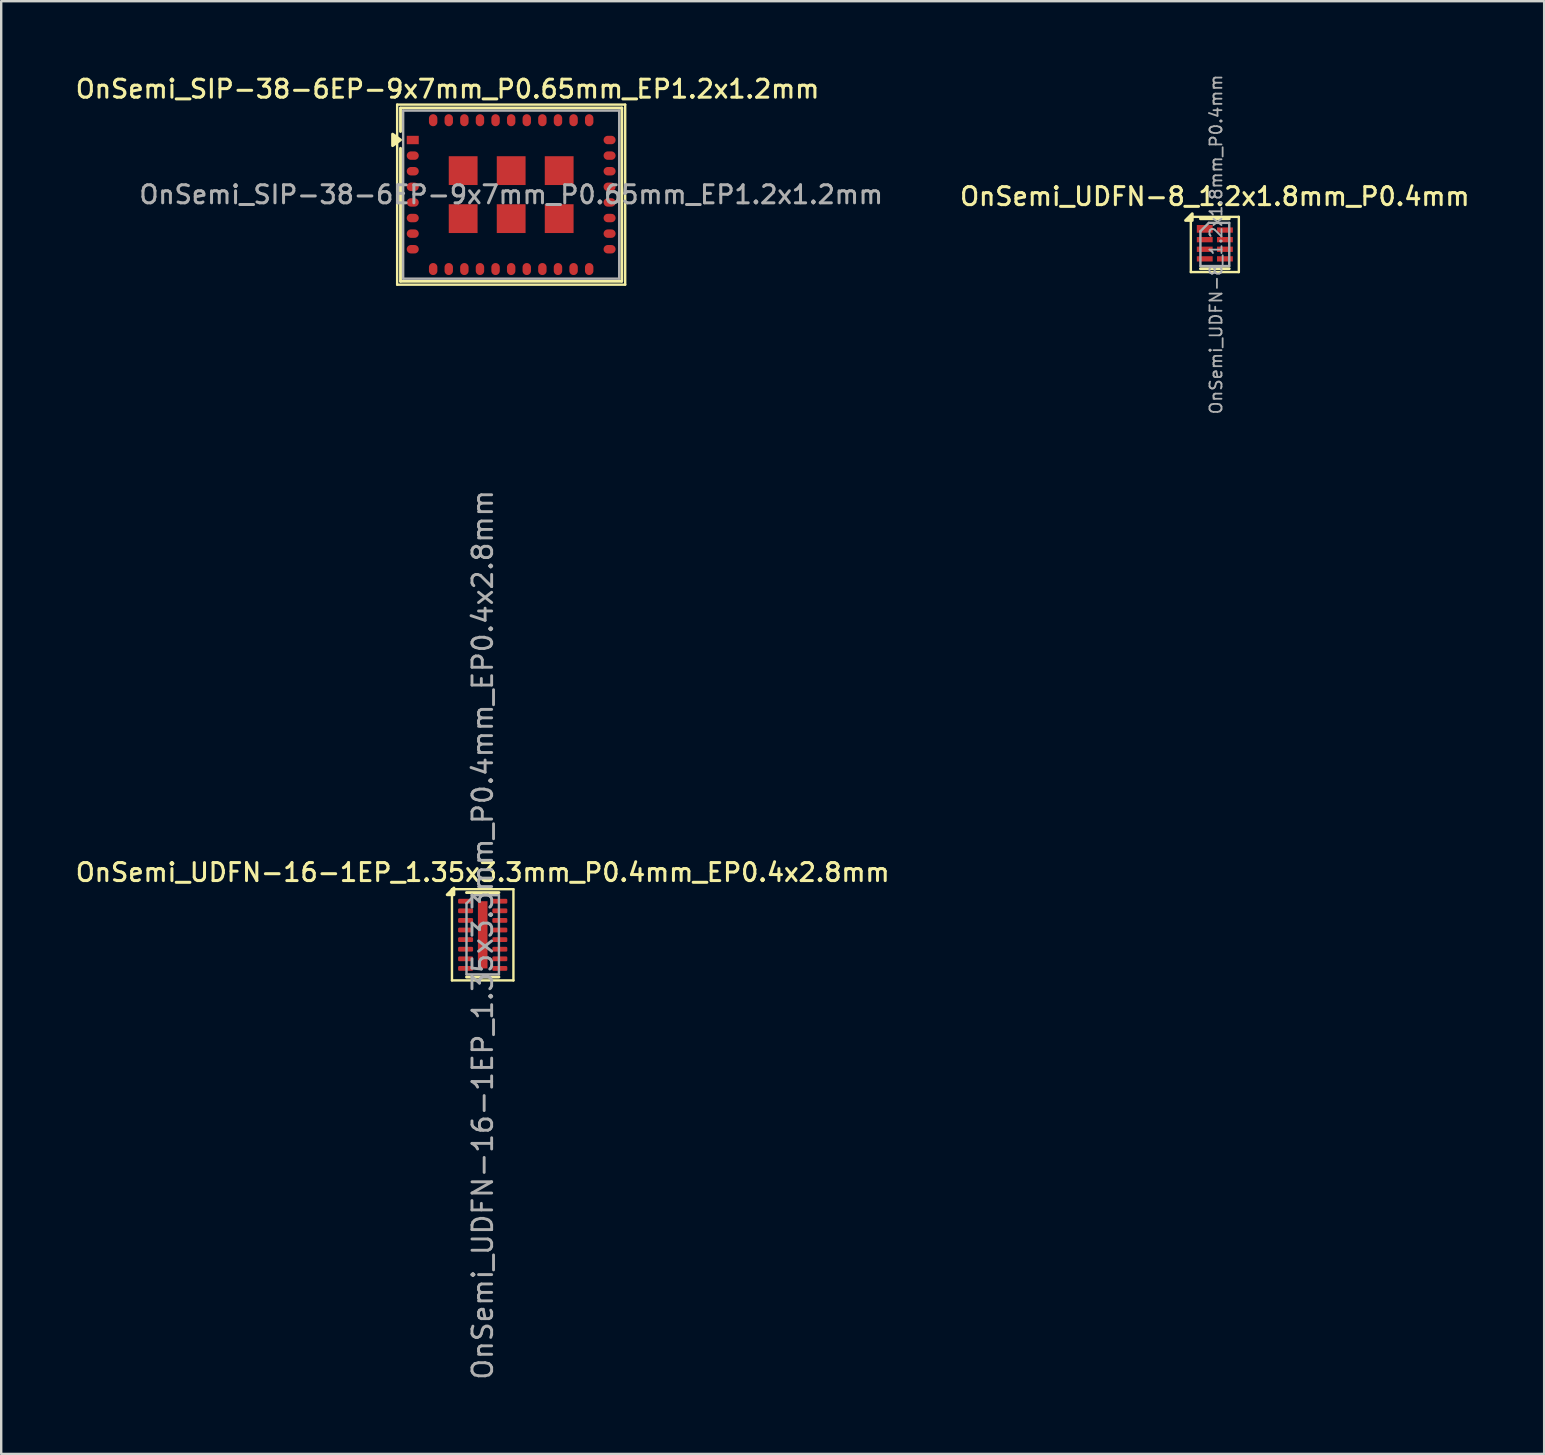
<source format=kicad_pcb>
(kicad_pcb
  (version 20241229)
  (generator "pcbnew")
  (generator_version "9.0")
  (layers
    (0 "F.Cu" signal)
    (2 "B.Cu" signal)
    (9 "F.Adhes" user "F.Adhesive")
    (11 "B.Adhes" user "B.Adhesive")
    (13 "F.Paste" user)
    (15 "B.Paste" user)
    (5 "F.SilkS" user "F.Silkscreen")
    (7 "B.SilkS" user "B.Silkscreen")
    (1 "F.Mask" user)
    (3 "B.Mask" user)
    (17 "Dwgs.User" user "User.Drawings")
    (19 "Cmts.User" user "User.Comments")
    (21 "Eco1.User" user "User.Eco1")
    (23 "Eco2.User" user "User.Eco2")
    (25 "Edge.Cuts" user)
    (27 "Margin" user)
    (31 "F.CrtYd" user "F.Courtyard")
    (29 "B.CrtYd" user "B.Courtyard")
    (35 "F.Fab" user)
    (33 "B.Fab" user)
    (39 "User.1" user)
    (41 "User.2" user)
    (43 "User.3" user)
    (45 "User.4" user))
  (footprint "OnSemi_UDFN-16-1EP_1.35x3.3mm_P0.4mm_EP0.4x2.8mm"
    (layer "F.Cu")
    (at 17.059 35.894)
    (property "Reference" "OnSemi_UDFN-16-1EP_1.35x3.3mm_P0.4mm_EP0.4x2.8mm" (at 0 -2.6 0) (layer "F.SilkS") (effects (font (size 0.75 0.75) (thickness 0.125))))
    (attr smd)
    (fp_line (start -1.28 -1.9) (end -1.28 1.9) (stroke (width 0.1) (type solid)) (layer "F.SilkS"))
    (fp_line (start -1.28 1.9) (end 1.28 1.9) (stroke (width 0.1) (type solid)) (layer "F.SilkS"))
    (fp_line (start -0.675 -1.76) (end 0.675 -1.76) (stroke (width 0.12) (type solid)) (layer "F.SilkS"))
    (fp_line (start -0.675 1.76) (end 0.675 1.76) (stroke (width 0.12) (type solid)) (layer "F.SilkS"))
    (fp_line (start 1.28 -1.9) (end -1.28 -1.9) (stroke (width 0.1) (type solid)) (layer "F.SilkS"))
    (fp_line (start 1.28 1.9) (end 1.28 -1.9) (stroke (width 0.1) (type solid)) (layer "F.SilkS"))
    (fp_poly (pts (xy -1.2 -1.67) (xy -1.48 -1.67) (xy -1.2 -1.95) (xy -1.2 -1.67)) (stroke (width 0.12) (type solid)) (fill yes) (layer "F.SilkS"))
    (fp_line (start -0.675 -1.312) (end -0.338 -1.65) (stroke (width 0.1) (type solid)) (layer "F.Fab"))
    (fp_line (start -0.675 1.65) (end -0.675 -1.312) (stroke (width 0.1) (type solid)) (layer "F.Fab"))
    (fp_line (start -0.338 -1.65) (end 0.675 -1.65) (stroke (width 0.1) (type solid)) (layer "F.Fab"))
    (fp_line (start 0.675 -1.65) (end 0.675 1.65) (stroke (width 0.1) (type solid)) (layer "F.Fab"))
    (fp_line (start 0.675 1.65) (end -0.675 1.65) (stroke (width 0.1) (type solid)) (layer "F.Fab"))
    (fp_text user "${REFERENCE}" (at 0 0 90) (layer "F.Fab") (effects (font (size 0.82 0.82) (thickness 0.12))))
    (pad "" smd roundrect (at 0 -0.93) (size 0.32 0.75) (layers "F.Paste") (roundrect_rratio 0.25))
    (pad "" smd roundrect (at 0 0) (size 0.32 0.75) (layers "F.Paste") (roundrect_rratio 0.25))
    (pad "" smd roundrect (at 0 0.93) (size 0.32 0.75) (layers "F.Paste") (roundrect_rratio 0.25))
    (pad "1" smd roundrect (at -0.713 -1.4) (size 0.625 0.2) (layers "F.Cu" "F.Mask" "F.Paste") (roundrect_rratio 0.25))
    (pad "2" smd roundrect (at -0.713 -1) (size 0.625 0.2) (layers "F.Cu" "F.Mask" "F.Paste") (roundrect_rratio 0.25))
    (pad "3" smd roundrect (at -0.713 -0.6) (size 0.625 0.2) (layers "F.Cu" "F.Mask" "F.Paste") (roundrect_rratio 0.25))
    (pad "4" smd roundrect (at -0.713 -0.2) (size 0.625 0.2) (layers "F.Cu" "F.Mask" "F.Paste") (roundrect_rratio 0.25))
    (pad "5" smd roundrect (at -0.713 0.2) (size 0.625 0.2) (layers "F.Cu" "F.Mask" "F.Paste") (roundrect_rratio 0.25))
    (pad "6" smd roundrect (at -0.713 0.6) (size 0.625 0.2) (layers "F.Cu" "F.Mask" "F.Paste") (roundrect_rratio 0.25))
    (pad "7" smd roundrect (at -0.713 1) (size 0.625 0.2) (layers "F.Cu" "F.Mask" "F.Paste") (roundrect_rratio 0.25))
    (pad "8" smd roundrect (at -0.713 1.4) (size 0.625 0.2) (layers "F.Cu" "F.Mask" "F.Paste") (roundrect_rratio 0.25))
    (pad "9" smd roundrect (at 0.713 1.4) (size 0.625 0.2) (layers "F.Cu" "F.Mask" "F.Paste") (roundrect_rratio 0.25))
    (pad "10" smd roundrect (at 0.713 1) (size 0.625 0.2) (layers "F.Cu" "F.Mask" "F.Paste") (roundrect_rratio 0.25))
    (pad "11" smd roundrect (at 0.713 0.6) (size 0.625 0.2) (layers "F.Cu" "F.Mask" "F.Paste") (roundrect_rratio 0.25))
    (pad "12" smd roundrect (at 0.713 0.2) (size 0.625 0.2) (layers "F.Cu" "F.Mask" "F.Paste") (roundrect_rratio 0.25))
    (pad "13" smd roundrect (at 0.713 -0.2) (size 0.625 0.2) (layers "F.Cu" "F.Mask" "F.Paste") (roundrect_rratio 0.25))
    (pad "14" smd roundrect (at 0.713 -0.6) (size 0.625 0.2) (layers "F.Cu" "F.Mask" "F.Paste") (roundrect_rratio 0.25))
    (pad "15" smd roundrect (at 0.713 -1) (size 0.625 0.2) (layers "F.Cu" "F.Mask" "F.Paste") (roundrect_rratio 0.25))
    (pad "16" smd roundrect (at 0.713 -1.4) (size 0.625 0.2) (layers "F.Cu" "F.Mask" "F.Paste") (roundrect_rratio 0.25))
    (pad "17" smd rect (at 0 0) (size 0.4 2.8) (property pad_prop_heatsink) (layers "F.Cu" "F.Mask")))
  (footprint "OnSemi_SIP-38-6EP-9x7mm_P0.65mm_EP1.2x1.2mm"
    (layer "F.Cu")
    (at 18.245 5.058)
    (property "Reference" "OnSemi_SIP-38-6EP-9x7mm_P0.65mm_EP1.2x1.2mm" (at -2.65 -4.4 180) (layer "F.SilkS") (effects (font (size 0.75 0.75) (thickness 0.125))))
    (attr smd)
    (fp_line (start -4.75 -3.75) (end 4.75 -3.75) (stroke (width 0.1) (type solid)) (layer "F.SilkS"))
    (fp_line (start -4.75 3.75) (end -4.75 -3.75) (stroke (width 0.1) (type solid)) (layer "F.SilkS"))
    (fp_line (start -4.61 -3.61) (end 4.61 -3.61) (stroke (width 0.12) (type solid)) (layer "F.SilkS"))
    (fp_line (start -4.61 -2.63) (end -4.61 -3.6) (stroke (width 0.12) (type solid)) (layer "F.SilkS"))
    (fp_line (start -4.61 3.61) (end -4.61 -1.93) (stroke (width 0.12) (type solid)) (layer "F.SilkS"))
    (fp_line (start 4.6 3.61) (end -4.61 3.61) (stroke (width 0.12) (type solid)) (layer "F.SilkS"))
    (fp_line (start 4.61 -3.61) (end 4.61 3.61) (stroke (width 0.12) (type solid)) (layer "F.SilkS"))
    (fp_line (start 4.75 -3.75) (end 4.75 3.75) (stroke (width 0.1) (type solid)) (layer "F.SilkS"))
    (fp_line (start 4.75 3.75) (end -4.75 3.75) (stroke (width 0.1) (type solid)) (layer "F.SilkS"))
    (fp_poly (pts (xy -4.61 -2.28) (xy -4.94 -2.04) (xy -4.94 -2.52) (xy -4.61 -2.28)) (stroke (width 0.12) (type solid)) (fill yes) (layer "F.SilkS"))
    (fp_line (start -4.5 -3.5) (end -4.5 3.5) (stroke (width 0.1) (type solid)) (layer "F.Fab"))
    (fp_line (start -4.5 3.5) (end 4.5 3.5) (stroke (width 0.1) (type solid)) (layer "F.Fab"))
    (fp_line (start 4.5 -3.5) (end -4.5 -3.5) (stroke (width 0.1) (type solid)) (layer "F.Fab"))
    (fp_line (start 4.5 3.5) (end 4.5 -3.5) (stroke (width 0.1) (type solid)) (layer "F.Fab"))
    (fp_text user "${REFERENCE}" (at 0 0 0) (layer "F.Fab") (effects (font (size 0.75 0.75) (thickness 0.125))))
    (pad "1" smd rect (at -4.1 -2.275) (size 0.5 0.35) (layers "F.Cu" "F.Mask" "F.Paste"))
    (pad "2" smd oval (at -4.1 -1.625) (size 0.501 0.351) (layers "F.Cu" "F.Mask" "F.Paste"))
    (pad "3" smd oval (at -4.1 -0.975) (size 0.501 0.351) (layers "F.Cu" "F.Mask" "F.Paste"))
    (pad "4" smd oval (at -4.1 -0.325) (size 0.501 0.351) (layers "F.Cu" "F.Mask" "F.Paste"))
    (pad "5" smd oval (at -4.1 0.325) (size 0.501 0.351) (layers "F.Cu" "F.Mask" "F.Paste"))
    (pad "6" smd oval (at -4.1 0.975) (size 0.501 0.351) (layers "F.Cu" "F.Mask" "F.Paste"))
    (pad "7" smd oval (at -4.1 1.625) (size 0.501 0.351) (layers "F.Cu" "F.Mask" "F.Paste"))
    (pad "8" smd oval (at -4.1 2.275) (size 0.501 0.351) (layers "F.Cu" "F.Mask" "F.Paste"))
    (pad "9" smd oval (at -3.25 3.1 90) (size 0.501 0.351) (layers "F.Cu" "F.Mask" "F.Paste"))
    (pad "10" smd oval (at -2.6 3.1 90) (size 0.501 0.351) (layers "F.Cu" "F.Mask" "F.Paste"))
    (pad "11" smd oval (at -1.95 3.1 90) (size 0.501 0.351) (layers "F.Cu" "F.Mask" "F.Paste"))
    (pad "12" smd oval (at -1.3 3.1 90) (size 0.501 0.351) (layers "F.Cu" "F.Mask" "F.Paste"))
    (pad "13" smd oval (at -0.65 3.1 90) (size 0.501 0.351) (layers "F.Cu" "F.Mask" "F.Paste"))
    (pad "14" smd oval (at 0 3.1 90) (size 0.501 0.351) (layers "F.Cu" "F.Mask" "F.Paste"))
    (pad "15" smd oval (at 0.65 3.1 90) (size 0.501 0.351) (layers "F.Cu" "F.Mask" "F.Paste"))
    (pad "16" smd oval (at 1.3 3.1 90) (size 0.501 0.351) (layers "F.Cu" "F.Mask" "F.Paste"))
    (pad "17" smd oval (at 1.95 3.1 90) (size 0.501 0.351) (layers "F.Cu" "F.Mask" "F.Paste"))
    (pad "18" smd oval (at 2.6 3.1 90) (size 0.501 0.351) (layers "F.Cu" "F.Mask" "F.Paste"))
    (pad "19" smd oval (at 3.25 3.1 90) (size 0.501 0.351) (layers "F.Cu" "F.Mask" "F.Paste"))
    (pad "20" smd oval (at 4.1 2.275) (size 0.501 0.351) (layers "F.Cu" "F.Mask" "F.Paste"))
    (pad "21" smd oval (at 4.1 1.625) (size 0.501 0.351) (layers "F.Cu" "F.Mask" "F.Paste"))
    (pad "22" smd oval (at 4.1 0.975) (size 0.501 0.351) (layers "F.Cu" "F.Mask" "F.Paste"))
    (pad "23" smd oval (at 4.1 0.325) (size 0.501 0.351) (layers "F.Cu" "F.Mask" "F.Paste"))
    (pad "24" smd oval (at 4.1 -0.325) (size 0.501 0.351) (layers "F.Cu" "F.Mask" "F.Paste"))
    (pad "25" smd oval (at 4.1 -0.975) (size 0.501 0.351) (layers "F.Cu" "F.Mask" "F.Paste"))
    (pad "26" smd oval (at 4.1 -1.625) (size 0.501 0.351) (layers "F.Cu" "F.Mask" "F.Paste"))
    (pad "27" smd oval (at 4.1 -2.275) (size 0.501 0.351) (layers "F.Cu" "F.Mask" "F.Paste"))
    (pad "28" smd oval (at 3.25 -3.1 90) (size 0.501 0.351) (layers "F.Cu" "F.Mask" "F.Paste"))
    (pad "29" smd oval (at 2.6 -3.1 90) (size 0.501 0.351) (layers "F.Cu" "F.Mask" "F.Paste"))
    (pad "30" smd oval (at 1.95 -3.1 90) (size 0.501 0.351) (layers "F.Cu" "F.Mask" "F.Paste"))
    (pad "31" smd oval (at 1.3 -3.1 90) (size 0.501 0.351) (layers "F.Cu" "F.Mask" "F.Paste"))
    (pad "32" smd oval (at 0.65 -3.1 90) (size 0.501 0.351) (layers "F.Cu" "F.Mask" "F.Paste"))
    (pad "33" smd oval (at 0 -3.1 90) (size 0.501 0.351) (layers "F.Cu" "F.Mask" "F.Paste"))
    (pad "34" smd oval (at -0.65 -3.1 90) (size 0.501 0.351) (layers "F.Cu" "F.Mask" "F.Paste"))
    (pad "35" smd oval (at -1.3 -3.1 90) (size 0.501 0.351) (layers "F.Cu" "F.Mask" "F.Paste"))
    (pad "36" smd oval (at -1.95 -3.1 90) (size 0.501 0.351) (layers "F.Cu" "F.Mask" "F.Paste"))
    (pad "37" smd oval (at -2.6 -3.1 90) (size 0.501 0.351) (layers "F.Cu" "F.Mask" "F.Paste"))
    (pad "38" smd oval (at -3.25 -3.1 90) (size 0.501 0.351) (layers "F.Cu" "F.Mask" "F.Paste"))
    (pad "39" smd rect (at -2 -1) (size 1.2 1.2) (layers "F.Cu" "F.Mask" "F.Paste"))
    (pad "40" smd rect (at -2 1) (size 1.2 1.2) (layers "F.Cu" "F.Mask" "F.Paste"))
    (pad "41" smd rect (at 0 1) (size 1.2 1.2) (layers "F.Cu" "F.Mask" "F.Paste"))
    (pad "42" smd rect (at 2 1) (size 1.2 1.2) (layers "F.Cu" "F.Mask" "F.Paste"))
    (pad "43" smd rect (at 2 -1) (size 1.2 1.2) (layers "F.Cu" "F.Mask" "F.Paste"))
    (pad "44" smd rect (at 0 -1) (size 1.2 1.2) (layers "F.Cu" "F.Mask" "F.Paste")))
  (footprint "OnSemi_UDFN-8_1.2x1.8mm_P0.4mm"
    (layer "F.Cu")
    (at 47.559 7.134)
    (property "Reference" "OnSemi_UDFN-8_1.2x1.8mm_P0.4mm" (at 0 -2 0) (layer "F.SilkS") (effects (font (size 0.75 0.75) (thickness 0.125))))
    (attr smd)
    (fp_line (start -1 -1.15) (end 1 -1.15) (stroke (width 0.1) (type solid)) (layer "F.SilkS"))
    (fp_line (start -1 1.15) (end -1 -1.15) (stroke (width 0.1) (type solid)) (layer "F.SilkS"))
    (fp_line (start 0.6 -1.07) (end -0.6 -1.07) (stroke (width 0.12) (type solid)) (layer "F.SilkS"))
    (fp_line (start 0.6 1.01) (end -0.6 1.01) (stroke (width 0.12) (type solid)) (layer "F.SilkS"))
    (fp_line (start 1 -1.15) (end 1 1.15) (stroke (width 0.1) (type solid)) (layer "F.SilkS"))
    (fp_line (start 1 1.15) (end -1 1.15) (stroke (width 0.1) (type solid)) (layer "F.SilkS"))
    (fp_poly (pts (xy -0.94 -1) (xy -1.22 -1) (xy -0.94 -1.28) (xy -0.94 -1)) (stroke (width 0.12) (type solid)) (fill yes) (layer "F.SilkS"))
    (fp_line (start -0.6 -0.55) (end -0.25 -0.9) (stroke (width 0.1) (type solid)) (layer "F.Fab"))
    (fp_line (start -0.6 0.9) (end -0.6 -0.55) (stroke (width 0.1) (type solid)) (layer "F.Fab"))
    (fp_line (start -0.25 -0.9) (end 0.6 -0.9) (stroke (width 0.1) (type solid)) (layer "F.Fab"))
    (fp_line (start 0.6 -0.9) (end 0.6 0.9) (stroke (width 0.1) (type solid)) (layer "F.Fab"))
    (fp_line (start 0.6 0.9) (end -0.6 0.9) (stroke (width 0.1) (type solid)) (layer "F.Fab"))
    (fp_text user "${REFERENCE}" (at 0.05 0 90) (layer "F.Fab") (effects (font (size 0.5 0.5) (thickness 0.075))))
    (pad "1" smd rect (at -0.42 -0.65) (size 0.66 0.32) (layers "F.Cu" "F.Mask" "F.Paste"))
    (pad "2" smd rect (at -0.42 -0.2) (size 0.66 0.22) (layers "F.Cu" "F.Mask" "F.Paste"))
    (pad "3" smd rect (at -0.42 0.2) (size 0.66 0.22) (layers "F.Cu" "F.Mask" "F.Paste"))
    (pad "4" smd rect (at -0.42 0.6) (size 0.66 0.22) (layers "F.Cu" "F.Mask" "F.Paste"))
    (pad "5" smd rect (at 0.42 0.6) (size 0.66 0.22) (layers "F.Cu" "F.Mask" "F.Paste"))
    (pad "6" smd rect (at 0.42 0.2) (size 0.66 0.22) (layers "F.Cu" "F.Mask" "F.Paste"))
    (pad "7" smd rect (at 0.42 -0.2) (size 0.66 0.22) (layers "F.Cu" "F.Mask" "F.Paste"))
    (pad "8" smd rect (at 0.42 -0.6) (size 0.66 0.22) (layers "F.Cu" "F.Mask" "F.Paste")))
  (gr_rect
    (start -3 -3)
    (end 61.279 57.52)
    (stroke (width 0.1) (type default))
    (fill no)
    (layer "Edge.Cuts")))
</source>
